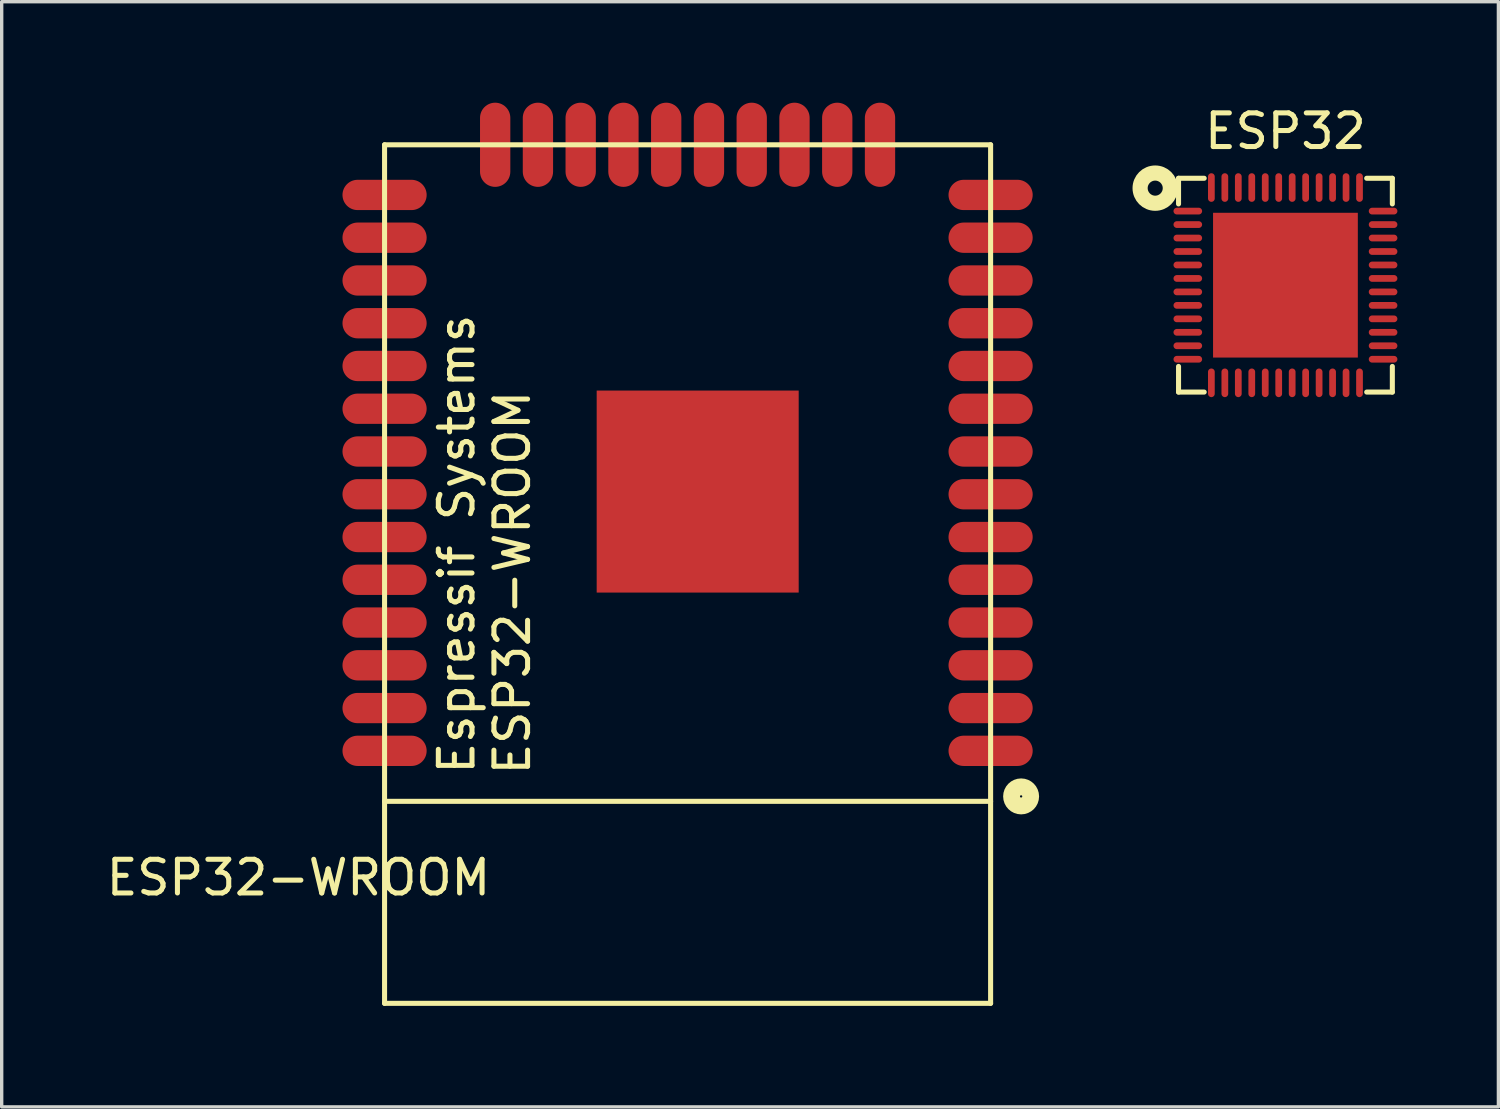
<source format=kicad_pcb>
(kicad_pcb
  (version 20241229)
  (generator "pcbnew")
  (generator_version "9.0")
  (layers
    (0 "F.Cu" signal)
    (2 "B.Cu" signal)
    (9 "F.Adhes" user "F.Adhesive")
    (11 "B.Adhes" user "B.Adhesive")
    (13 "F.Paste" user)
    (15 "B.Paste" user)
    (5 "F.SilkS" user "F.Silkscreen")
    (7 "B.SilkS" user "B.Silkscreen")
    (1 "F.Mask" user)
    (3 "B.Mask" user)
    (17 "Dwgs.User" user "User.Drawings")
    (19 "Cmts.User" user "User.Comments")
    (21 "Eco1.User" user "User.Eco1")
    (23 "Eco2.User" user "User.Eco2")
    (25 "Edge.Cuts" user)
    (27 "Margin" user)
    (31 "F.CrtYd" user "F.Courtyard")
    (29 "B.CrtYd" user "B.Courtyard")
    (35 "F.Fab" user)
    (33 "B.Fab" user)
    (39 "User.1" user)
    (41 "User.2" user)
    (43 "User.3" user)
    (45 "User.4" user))
  (footprint "ESP32-WROOM"
    (layer "F.Cu")
    (at 17.372 13.995)
    (property "Reference" "ESP32-WROOM" (at -11.557 9.022 0) (layer "F.SilkS") (effects (font (size 1 1) (thickness 0.15))))
    (fp_line (start -9 -12.745) (end 9 -12.745) (stroke (width 0.15) (type solid)) (layer "F.SilkS"))
    (fp_line (start -9 6.755) (end 9 6.755) (stroke (width 0.15) (type solid)) (layer "F.SilkS"))
    (fp_line (start -9 12.755) (end -9 -12.745) (stroke (width 0.15) (type solid)) (layer "F.SilkS"))
    (fp_line (start -9 12.755) (end 9 12.755) (stroke (width 0.15) (type solid)) (layer "F.SilkS"))
    (fp_line (start 9 12.755) (end 9 -12.745) (stroke (width 0.15) (type solid)) (layer "F.SilkS"))
    (fp_circle (center 9.906 6.609) (end 10.033 6.863) (stroke (width 0.5) (type solid)) (fill no) (layer "F.SilkS"))
    (fp_text user "ESP32-WROOM" (at -5.207 0.259 90) (layer "F.SilkS") (effects (font (size 1 1) (thickness 0.15))))
    (fp_text user "Espressif Systems" (at -6.858 -0.884 90) (layer "F.SilkS") (effects (font (size 1 1) (thickness 0.15))))
    (pad "1" smd oval (at 9 5.255) (size 2.5 0.9) (layers "F.Cu" "F.Mask" "F.Paste"))
    (pad "2" smd oval (at 9 3.985) (size 2.5 0.9) (layers "F.Cu" "F.Mask" "F.Paste"))
    (pad "3" smd oval (at 9 2.715) (size 2.5 0.9) (layers "F.Cu" "F.Mask" "F.Paste"))
    (pad "4" smd oval (at 9 1.445) (size 2.5 0.9) (layers "F.Cu" "F.Mask" "F.Paste"))
    (pad "5" smd oval (at 9 0.175) (size 2.5 0.9) (layers "F.Cu" "F.Mask" "F.Paste"))
    (pad "6" smd oval (at 9 -1.095) (size 2.5 0.9) (layers "F.Cu" "F.Mask" "F.Paste"))
    (pad "7" smd oval (at 9 -2.365) (size 2.5 0.9) (layers "F.Cu" "F.Mask" "F.Paste"))
    (pad "8" smd oval (at 9 -3.635) (size 2.5 0.9) (layers "F.Cu" "F.Mask" "F.Paste"))
    (pad "9" smd oval (at 9 -4.905) (size 2.5 0.9) (layers "F.Cu" "F.Mask" "F.Paste"))
    (pad "10" smd oval (at 9 -6.175) (size 2.5 0.9) (layers "F.Cu" "F.Mask" "F.Paste"))
    (pad "11" smd oval (at 9 -7.445) (size 2.5 0.9) (layers "F.Cu" "F.Mask" "F.Paste"))
    (pad "12" smd oval (at 9 -8.715) (size 2.5 0.9) (layers "F.Cu" "F.Mask" "F.Paste"))
    (pad "13" smd oval (at 9 -9.985) (size 2.5 0.9) (layers "F.Cu" "F.Mask" "F.Paste"))
    (pad "14" smd oval (at 9 -11.255) (size 2.5 0.9) (layers "F.Cu" "F.Mask" "F.Paste"))
    (pad "15" smd oval (at 5.715 -12.745) (size 0.9 2.5) (layers "F.Cu" "F.Mask" "F.Paste"))
    (pad "16" smd oval (at 4.445 -12.745) (size 0.9 2.5) (layers "F.Cu" "F.Mask" "F.Paste"))
    (pad "17" smd oval (at 3.175 -12.745) (size 0.9 2.5) (layers "F.Cu" "F.Mask" "F.Paste"))
    (pad "18" smd oval (at 1.905 -12.745) (size 0.9 2.5) (layers "F.Cu" "F.Mask" "F.Paste"))
    (pad "19" smd oval (at 0.635 -12.745) (size 0.9 2.5) (layers "F.Cu" "F.Mask" "F.Paste"))
    (pad "20" smd oval (at -0.635 -12.745) (size 0.9 2.5) (layers "F.Cu" "F.Mask" "F.Paste"))
    (pad "21" smd oval (at -1.905 -12.745) (size 0.9 2.5) (layers "F.Cu" "F.Mask" "F.Paste"))
    (pad "22" smd oval (at -3.175 -12.745) (size 0.9 2.5) (layers "F.Cu" "F.Mask" "F.Paste"))
    (pad "23" smd oval (at -4.445 -12.745) (size 0.9 2.5) (layers "F.Cu" "F.Mask" "F.Paste"))
    (pad "24" smd oval (at -5.715 -12.745) (size 0.9 2.5) (layers "F.Cu" "F.Mask" "F.Paste"))
    (pad "25" smd oval (at -9 -11.255) (size 2.5 0.9) (layers "F.Cu" "F.Mask" "F.Paste"))
    (pad "26" smd oval (at -9 -9.985) (size 2.5 0.9) (layers "F.Cu" "F.Mask" "F.Paste"))
    (pad "27" smd oval (at -9 -8.715) (size 2.5 0.9) (layers "F.Cu" "F.Mask" "F.Paste"))
    (pad "28" smd oval (at -9 -7.445) (size 2.5 0.9) (layers "F.Cu" "F.Mask" "F.Paste"))
    (pad "29" smd oval (at -9 -6.175) (size 2.5 0.9) (layers "F.Cu" "F.Mask" "F.Paste"))
    (pad "30" smd oval (at -9 -4.905) (size 2.5 0.9) (layers "F.Cu" "F.Mask" "F.Paste"))
    (pad "31" smd oval (at -9 -3.635) (size 2.5 0.9) (layers "F.Cu" "F.Mask" "F.Paste"))
    (pad "32" smd oval (at -9 -2.365) (size 2.5 0.9) (layers "F.Cu" "F.Mask" "F.Paste"))
    (pad "33" smd oval (at -9 -1.095) (size 2.5 0.9) (layers "F.Cu" "F.Mask" "F.Paste"))
    (pad "34" smd oval (at -9 0.175) (size 2.5 0.9) (layers "F.Cu" "F.Mask" "F.Paste"))
    (pad "35" smd oval (at -9 1.445) (size 2.5 0.9) (layers "F.Cu" "F.Mask" "F.Paste"))
    (pad "36" smd oval (at -9 2.715) (size 2.5 0.9) (layers "F.Cu" "F.Mask" "F.Paste"))
    (pad "37" smd oval (at -9 3.985) (size 2.5 0.9) (layers "F.Cu" "F.Mask" "F.Paste"))
    (pad "38" smd oval (at -9 5.255) (size 2.5 0.9) (layers "F.Cu" "F.Mask" "F.Paste"))
    (pad "39" smd rect (at 0.3 -2.445) (size 6 6) (layers "F.Cu" "F.Mask" "F.Paste"))
    (zone (net_name "") (layers "F.Cu" "B.Cu") (hatch edge 0.508) (connect_pads) (min_thickness 0.254) (filled_areas_thickness no) (keepout (tracks not_allowed) (vias not_allowed) (pads not_allowed) (copperpour allowed) (footprints allowed)) (placement (enabled no)) (fill) (polygon (pts (xy 26.372 20.75) (xy 26.392 26.72) (xy 8.342 26.71) (xy 8.362 20.72)))))
  (footprint "ESP32"
    (layer "F.Cu")
    (at 35.129 5.42)
    (property "Reference" "ESP32" (at 0 -4.572 0) (layer "F.SilkS") (effects (font (size 1 1) (thickness 0.15))))
    (fp_line (start -3.175 -3.175) (end -3.175 -2.413) (stroke (width 0.15) (type solid)) (layer "F.SilkS"))
    (fp_line (start -3.175 2.413) (end -3.175 3.175) (stroke (width 0.15) (type solid)) (layer "F.SilkS"))
    (fp_line (start -3.175 3.175) (end -2.413 3.175) (stroke (width 0.15) (type solid)) (layer "F.SilkS"))
    (fp_line (start -2.413 -3.175) (end -3.175 -3.175) (stroke (width 0.15) (type solid)) (layer "F.SilkS"))
    (fp_line (start 2.413 -3.175) (end 3.175 -3.175) (stroke (width 0.15) (type solid)) (layer "F.SilkS"))
    (fp_line (start 3.175 -3.175) (end 3.175 -2.413) (stroke (width 0.15) (type solid)) (layer "F.SilkS"))
    (fp_line (start 3.175 2.413) (end 3.175 3.175) (stroke (width 0.15) (type solid)) (layer "F.SilkS"))
    (fp_line (start 3.175 3.175) (end 2.413 3.175) (stroke (width 0.15) (type solid)) (layer "F.SilkS"))
    (fp_circle (center -3.868 -2.882) (end -3.968 -3.082) (stroke (width 0.45) (type solid)) (fill no) (layer "F.SilkS"))
    (pad "1" smd oval (at -2.9 -2.2) (size 0.85 0.2) (layers "F.Cu" "F.Mask" "F.Paste"))
    (pad "2" smd oval (at -2.9 -1.8) (size 0.85 0.2) (layers "F.Cu" "F.Mask" "F.Paste"))
    (pad "3" smd oval (at -2.9 -1.4) (size 0.85 0.2) (layers "F.Cu" "F.Mask" "F.Paste"))
    (pad "4" smd oval (at -2.9 -1) (size 0.85 0.2) (layers "F.Cu" "F.Mask" "F.Paste"))
    (pad "5" smd oval (at -2.9 -0.6) (size 0.85 0.2) (layers "F.Cu" "F.Mask" "F.Paste"))
    (pad "6" smd oval (at -2.9 -0.2) (size 0.85 0.2) (layers "F.Cu" "F.Mask" "F.Paste"))
    (pad "7" smd oval (at -2.9 0.2) (size 0.85 0.2) (layers "F.Cu" "F.Mask" "F.Paste"))
    (pad "8" smd oval (at -2.9 0.6) (size 0.85 0.2) (layers "F.Cu" "F.Mask" "F.Paste"))
    (pad "9" smd oval (at -2.9 1) (size 0.85 0.2) (layers "F.Cu" "F.Mask" "F.Paste"))
    (pad "10" smd oval (at -2.9 1.4) (size 0.85 0.2) (layers "F.Cu" "F.Mask" "F.Paste"))
    (pad "11" smd oval (at -2.9 1.8) (size 0.85 0.2) (layers "F.Cu" "F.Mask" "F.Paste"))
    (pad "12" smd oval (at -2.9 2.2) (size 0.85 0.2) (layers "F.Cu" "F.Mask" "F.Paste"))
    (pad "13" smd oval (at -2.2 2.9) (size 0.2 0.85) (layers "F.Cu" "F.Mask" "F.Paste"))
    (pad "14" smd oval (at -1.8 2.9) (size 0.2 0.85) (layers "F.Cu" "F.Mask" "F.Paste"))
    (pad "15" smd oval (at -1.4 2.9) (size 0.2 0.85) (layers "F.Cu" "F.Mask" "F.Paste"))
    (pad "16" smd oval (at -1 2.9) (size 0.2 0.85) (layers "F.Cu" "F.Mask" "F.Paste"))
    (pad "17" smd oval (at -0.6 2.9) (size 0.2 0.85) (layers "F.Cu" "F.Mask" "F.Paste"))
    (pad "18" smd oval (at -0.2 2.9) (size 0.2 0.85) (layers "F.Cu" "F.Mask" "F.Paste"))
    (pad "19" smd oval (at 0.2 2.9) (size 0.2 0.85) (layers "F.Cu" "F.Mask" "F.Paste"))
    (pad "20" smd oval (at 0.6 2.9) (size 0.2 0.85) (layers "F.Cu" "F.Mask" "F.Paste"))
    (pad "21" smd oval (at 1 2.9) (size 0.2 0.85) (layers "F.Cu" "F.Mask" "F.Paste"))
    (pad "22" smd oval (at 1.4 2.9) (size 0.2 0.85) (layers "F.Cu" "F.Mask" "F.Paste"))
    (pad "23" smd oval (at 1.8 2.9) (size 0.2 0.85) (layers "F.Cu" "F.Mask" "F.Paste"))
    (pad "24" smd oval (at 2.2 2.9) (size 0.2 0.85) (layers "F.Cu" "F.Mask" "F.Paste"))
    (pad "25" smd oval (at 2.9 2.2) (size 0.85 0.2) (layers "F.Cu" "F.Mask" "F.Paste"))
    (pad "26" smd oval (at 2.9 1.8) (size 0.85 0.2) (layers "F.Cu" "F.Mask" "F.Paste"))
    (pad "27" smd oval (at 2.9 1.4) (size 0.85 0.2) (layers "F.Cu" "F.Mask" "F.Paste"))
    (pad "28" smd oval (at 2.9 1) (size 0.85 0.2) (layers "F.Cu" "F.Mask" "F.Paste"))
    (pad "29" smd oval (at 2.9 0.6) (size 0.85 0.2) (layers "F.Cu" "F.Mask" "F.Paste"))
    (pad "30" smd oval (at 2.9 0.2) (size 0.85 0.2) (layers "F.Cu" "F.Mask" "F.Paste"))
    (pad "31" smd oval (at 2.9 -0.2) (size 0.85 0.2) (layers "F.Cu" "F.Mask" "F.Paste"))
    (pad "32" smd oval (at 2.9 -0.6) (size 0.85 0.2) (layers "F.Cu" "F.Mask" "F.Paste"))
    (pad "33" smd oval (at 2.9 -1) (size 0.85 0.2) (layers "F.Cu" "F.Mask" "F.Paste"))
    (pad "34" smd oval (at 2.9 -1.4) (size 0.85 0.2) (layers "F.Cu" "F.Mask" "F.Paste"))
    (pad "35" smd oval (at 2.9 -1.8) (size 0.85 0.2) (layers "F.Cu" "F.Mask" "F.Paste"))
    (pad "36" smd oval (at 2.9 -2.2) (size 0.85 0.2) (layers "F.Cu" "F.Mask" "F.Paste"))
    (pad "37" smd oval (at 2.2 -2.9) (size 0.2 0.85) (layers "F.Cu" "F.Mask" "F.Paste"))
    (pad "38" smd oval (at 1.8 -2.9) (size 0.2 0.85) (layers "F.Cu" "F.Mask" "F.Paste"))
    (pad "39" smd oval (at 1.4 -2.9) (size 0.2 0.85) (layers "F.Cu" "F.Mask" "F.Paste"))
    (pad "40" smd oval (at 1 -2.9) (size 0.2 0.85) (layers "F.Cu" "F.Mask" "F.Paste"))
    (pad "41" smd oval (at 0.6 -2.9) (size 0.2 0.85) (layers "F.Cu" "F.Mask" "F.Paste"))
    (pad "42" smd oval (at 0.2 -2.9) (size 0.2 0.85) (layers "F.Cu" "F.Mask" "F.Paste"))
    (pad "43" smd oval (at -0.2 -2.9) (size 0.2 0.85) (layers "F.Cu" "F.Mask" "F.Paste"))
    (pad "44" smd oval (at -0.6 -2.9) (size 0.2 0.85) (layers "F.Cu" "F.Mask" "F.Paste"))
    (pad "45" smd oval (at -1 -2.9) (size 0.2 0.85) (layers "F.Cu" "F.Mask" "F.Paste"))
    (pad "46" smd oval (at -1.4 -2.9) (size 0.2 0.85) (layers "F.Cu" "F.Mask" "F.Paste"))
    (pad "47" smd oval (at -1.8 -2.9) (size 0.2 0.85) (layers "F.Cu" "F.Mask" "F.Paste"))
    (pad "48" smd oval (at -2.2 -2.9) (size 0.2 0.85) (layers "F.Cu" "F.Mask" "F.Paste"))
    (pad "49" smd rect (at 0 0) (size 4.3 4.3) (layers "F.Cu" "F.Mask" "F.Paste")))
  (gr_rect
    (start -3 -3)
    (end 41.454 29.825)
    (stroke (width 0.1) (type default))
    (fill no)
    (layer "Edge.Cuts")))
</source>
